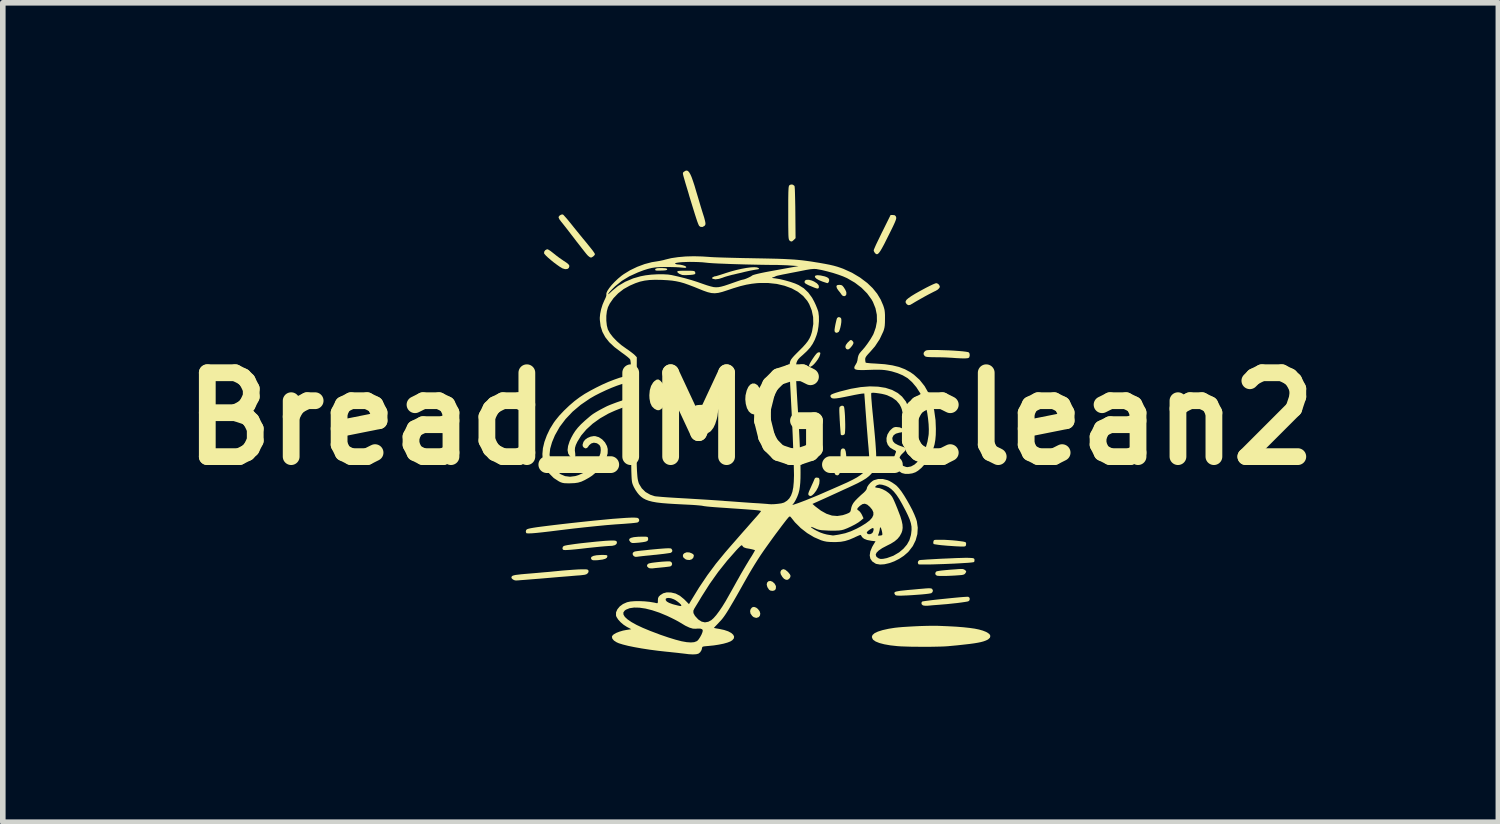
<source format=kicad_pcb>
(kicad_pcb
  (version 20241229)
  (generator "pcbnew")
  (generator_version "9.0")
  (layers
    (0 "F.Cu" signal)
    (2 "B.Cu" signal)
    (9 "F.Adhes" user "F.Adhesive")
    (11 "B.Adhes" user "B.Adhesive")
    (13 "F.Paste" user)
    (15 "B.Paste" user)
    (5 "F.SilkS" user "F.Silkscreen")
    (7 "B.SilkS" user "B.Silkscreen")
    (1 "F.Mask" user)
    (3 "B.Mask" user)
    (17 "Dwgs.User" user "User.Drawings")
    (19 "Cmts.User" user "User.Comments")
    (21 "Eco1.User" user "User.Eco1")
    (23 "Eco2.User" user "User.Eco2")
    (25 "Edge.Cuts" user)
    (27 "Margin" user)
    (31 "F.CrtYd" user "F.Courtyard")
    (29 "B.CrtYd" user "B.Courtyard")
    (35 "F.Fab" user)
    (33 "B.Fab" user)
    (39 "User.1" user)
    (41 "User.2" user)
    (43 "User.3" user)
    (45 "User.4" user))
  (footprint "Bread_IMG_clean2"
    (layer "F.Cu")
    (at 10.371 4.437)
    (property "Reference" "Bread_IMG_clean2" (at 0 0 0) (layer "F.SilkS") (effects (font (size 1.5 1.5) (thickness 0.3))))
    (attr board_only exclude_from_pos_files exclude_from_bom)
    (fp_poly (pts (xy 1.568 0.859) (xy 1.59 0.877) (xy 1.601 0.908) (xy 1.601 0.944) (xy 1.592 0.979) (xy 1.574 1.005) (xy 1.551 1.014) (xy 1.523 1.005) (xy 1.509 0.99) (xy 1.497 0.951) (xy 1.5 0.912) (xy 1.514 0.88) (xy 1.538 0.86) (xy 1.567 0.858)) (stroke (width 0) (type solid)) (fill yes) (layer "F.SilkS"))
    (fp_poly (pts (xy -1.096 2.391) (xy -1.057 2.405) (xy -1.026 2.422) (xy -1.014 2.445) (xy -1.014 2.452) (xy -1.025 2.489) (xy -1.053 2.515) (xy -1.092 2.527) (xy -1.137 2.523) (xy -1.162 2.514) (xy -1.197 2.487) (xy -1.211 2.456) (xy -1.204 2.425) (xy -1.185 2.406) (xy -1.144 2.389)) (stroke (width 0) (type solid)) (fill yes) (layer "F.SilkS"))
    (fp_poly (pts (xy 0.1 3.378) (xy 0.131 3.402) (xy 0.162 3.443) (xy 0.174 3.484) (xy 0.168 3.521) (xy 0.146 3.548) (xy 0.108 3.561) (xy 0.097 3.561) (xy 0.056 3.549) (xy 0.03 3.528) (xy -0.001 3.484) (xy -0.008 3.44) (xy 0.002 3.405) (xy 0.027 3.374) (xy 0.061 3.365)) (stroke (width 0) (type solid)) (fill yes) (layer "F.SilkS"))
    (fp_poly (pts (xy 0.394 2.916) (xy 0.431 2.95) (xy 0.431 2.95) (xy 0.454 2.993) (xy 0.453 3.034) (xy 0.445 3.055) (xy 0.423 3.073) (xy 0.389 3.079) (xy 0.354 3.073) (xy 0.331 3.058) (xy 0.301 3.012) (xy 0.289 2.968) (xy 0.295 2.932) (xy 0.321 2.906) (xy 0.356 2.901)) (stroke (width 0) (type solid)) (fill yes) (layer "F.SilkS"))
    (fp_poly (pts (xy 0.621 2.701) (xy 0.663 2.735) (xy 0.678 2.751) (xy 0.705 2.785) (xy 0.715 2.81) (xy 0.71 2.834) (xy 0.698 2.854) (xy 0.669 2.879) (xy 0.634 2.881) (xy 0.598 2.862) (xy 0.569 2.83) (xy 0.54 2.781) (xy 0.533 2.742) (xy 0.548 2.711) (xy 0.555 2.704) (xy 0.585 2.69)) (stroke (width 0) (type solid)) (fill yes) (layer "F.SilkS"))
    (fp_poly (pts (xy -1.57 -2.693) (xy -1.525 -2.69) (xy -1.499 -2.684) (xy -1.49 -2.674) (xy -1.49 -2.671) (xy -1.495 -2.662) (xy -1.512 -2.655) (xy -1.546 -2.651) (xy -1.598 -2.649) (xy -1.651 -2.648) (xy -1.684 -2.649) (xy -1.701 -2.654) (xy -1.706 -2.662) (xy -1.707 -2.664) (xy -1.698 -2.681) (xy -1.67 -2.691) (xy -1.621 -2.694)) (stroke (width 0) (type solid)) (fill yes) (layer "F.SilkS"))
    (fp_poly (pts (xy 1.805 -1.405) (xy 1.822 -1.391) (xy 1.823 -1.39) (xy 1.839 -1.368) (xy 1.839 -1.345) (xy 1.822 -1.313) (xy 1.812 -1.299) (xy 1.777 -1.258) (xy 1.748 -1.239) (xy 1.724 -1.241) (xy 1.709 -1.251) (xy 1.695 -1.281) (xy 1.704 -1.318) (xy 1.735 -1.36) (xy 1.74 -1.364) (xy 1.77 -1.394) (xy 1.79 -1.407)) (stroke (width 0) (type solid)) (fill yes) (layer "F.SilkS"))
    (fp_poly (pts (xy 1.044 -2.484) (xy 1.095 -2.471) (xy 1.136 -2.453) (xy 1.186 -2.421) (xy 1.216 -2.388) (xy 1.223 -2.354) (xy 1.22 -2.344) (xy 1.212 -2.331) (xy 1.198 -2.327) (xy 1.174 -2.332) (xy 1.134 -2.346) (xy 1.101 -2.36) (xy 1.041 -2.385) (xy 1.002 -2.405) (xy 0.978 -2.42) (xy 0.967 -2.435) (xy 0.965 -2.448) (xy 0.975 -2.472) (xy 1.002 -2.484)) (stroke (width 0) (type solid)) (fill yes) (layer "F.SilkS"))
    (fp_poly (pts (xy 1.255 -2.561) (xy 1.267 -2.558) (xy 1.329 -2.544) (xy 1.37 -2.528) (xy 1.395 -2.51) (xy 1.405 -2.49) (xy 1.405 -2.462) (xy 1.394 -2.437) (xy 1.377 -2.424) (xy 1.374 -2.424) (xy 1.359 -2.428) (xy 1.328 -2.438) (xy 1.286 -2.452) (xy 1.283 -2.453) (xy 1.222 -2.478) (xy 1.179 -2.503) (xy 1.155 -2.527) (xy 1.15 -2.547) (xy 1.165 -2.561) (xy 1.2 -2.566)) (stroke (width 0) (type solid)) (fill yes) (layer "F.SilkS"))
    (fp_poly (pts (xy -2.607 2.437) (xy -2.579 2.439) (xy -2.564 2.445) (xy -2.56 2.455) (xy -2.56 2.461) (xy -2.569 2.486) (xy -2.597 2.505) (xy -2.647 2.519) (xy -2.719 2.528) (xy -2.721 2.529) (xy -2.775 2.532) (xy -2.81 2.532) (xy -2.83 2.527) (xy -2.843 2.518) (xy -2.843 2.518) (xy -2.855 2.492) (xy -2.843 2.47) (xy -2.809 2.453) (xy -2.755 2.442) (xy -2.681 2.437) (xy -2.656 2.436)) (stroke (width 0) (type solid)) (fill yes) (layer "F.SilkS"))
    (fp_poly (pts (xy 1.242 -1.185) (xy 1.248 -1.172) (xy 1.244 -1.149) (xy 1.23 -1.109) (xy 1.204 -1.063) (xy 1.171 -1.017) (xy 1.135 -0.975) (xy 1.1 -0.944) (xy 1.071 -0.928) (xy 1.064 -0.927) (xy 1.048 -0.937) (xy 1.044 -0.945) (xy 1.048 -0.961) (xy 1.063 -0.993) (xy 1.088 -1.035) (xy 1.113 -1.074) (xy 1.149 -1.126) (xy 1.175 -1.159) (xy 1.195 -1.178) (xy 1.212 -1.186) (xy 1.221 -1.187)) (stroke (width 0) (type solid)) (fill yes) (layer "F.SilkS"))
    (fp_poly (pts (xy 1.601 -1.812) (xy 1.619 -1.795) (xy 1.624 -1.768) (xy 1.623 -1.726) (xy 1.616 -1.677) (xy 1.605 -1.627) (xy 1.592 -1.584) (xy 1.579 -1.556) (xy 1.574 -1.551) (xy 1.543 -1.535) (xy 1.519 -1.542) (xy 1.509 -1.551) (xy 1.503 -1.566) (xy 1.502 -1.592) (xy 1.508 -1.633) (xy 1.516 -1.678) (xy 1.527 -1.728) (xy 1.537 -1.77) (xy 1.546 -1.797) (xy 1.549 -1.802) (xy 1.573 -1.817)) (stroke (width 0) (type solid)) (fill yes) (layer "F.SilkS"))
    (fp_poly (pts (xy 1.621 -2.39) (xy 1.643 -2.378) (xy 1.665 -2.352) (xy 1.671 -2.343) (xy 1.694 -2.306) (xy 1.71 -2.27) (xy 1.713 -2.259) (xy 1.713 -2.222) (xy 1.697 -2.198) (xy 1.672 -2.19) (xy 1.643 -2.201) (xy 1.624 -2.223) (xy 1.602 -2.255) (xy 1.573 -2.291) (xy 1.567 -2.298) (xy 1.545 -2.332) (xy 1.536 -2.362) (xy 1.536 -2.366) (xy 1.543 -2.384) (xy 1.561 -2.391) (xy 1.588 -2.393)) (stroke (width 0) (type solid)) (fill yes) (layer "F.SilkS"))
    (fp_poly (pts (xy -1.092 -2.646) (xy -1.048 -2.645) (xy -1.02 -2.642) (xy -1.004 -2.637) (xy -0.995 -2.629) (xy -0.99 -2.619) (xy -0.987 -2.595) (xy -1 -2.583) (xy -1.03 -2.576) (xy -1.075 -2.571) (xy -1.127 -2.568) (xy -1.175 -2.567) (xy -1.213 -2.569) (xy -1.225 -2.571) (xy -1.274 -2.591) (xy -1.303 -2.612) (xy -1.311 -2.628) (xy -1.307 -2.636) (xy -1.293 -2.641) (xy -1.264 -2.644) (xy -1.219 -2.646) (xy -1.156 -2.646)) (stroke (width 0) (type solid)) (fill yes) (layer "F.SilkS"))
    (fp_poly (pts (xy -1.872 2.11) (xy -1.849 2.113) (xy -1.838 2.12) (xy -1.834 2.13) (xy -1.832 2.137) (xy -1.831 2.16) (xy -1.837 2.177) (xy -1.853 2.19) (xy -1.882 2.2) (xy -1.928 2.208) (xy -1.993 2.216) (xy -2.043 2.22) (xy -2.088 2.223) (xy -2.117 2.222) (xy -2.137 2.214) (xy -2.152 2.201) (xy -2.171 2.172) (xy -2.167 2.149) (xy -2.139 2.131) (xy -2.087 2.118) (xy -2.011 2.111) (xy -1.968 2.11) (xy -1.91 2.11)) (stroke (width 0) (type solid)) (fill yes) (layer "F.SilkS"))
    (fp_poly (pts (xy 1.192 1.054) (xy 1.217 1.058) (xy 1.228 1.071) (xy 1.233 1.098) (xy 1.234 1.109) (xy 1.229 1.163) (xy 1.208 1.225) (xy 1.175 1.286) (xy 1.133 1.341) (xy 1.132 1.342) (xy 1.097 1.374) (xy 1.069 1.384) (xy 1.045 1.373) (xy 1.038 1.366) (xy 1.033 1.353) (xy 1.034 1.334) (xy 1.044 1.304) (xy 1.064 1.258) (xy 1.073 1.239) (xy 1.096 1.187) (xy 1.118 1.139) (xy 1.134 1.102) (xy 1.138 1.091) (xy 1.152 1.063) (xy 1.17 1.053)) (stroke (width 0) (type solid)) (fill yes) (layer "F.SilkS"))
    (fp_poly (pts (xy -1.442 2.552) (xy -1.432 2.554) (xy -1.408 2.574) (xy -1.402 2.601) (xy -1.413 2.627) (xy -1.431 2.64) (xy -1.451 2.644) (xy -1.49 2.649) (xy -1.541 2.655) (xy -1.582 2.659) (xy -1.641 2.665) (xy -1.696 2.67) (xy -1.739 2.675) (xy -1.757 2.677) (xy -1.804 2.675) (xy -1.828 2.664) (xy -1.851 2.639) (xy -1.85 2.614) (xy -1.827 2.592) (xy -1.805 2.585) (xy -1.764 2.577) (xy -1.71 2.57) (xy -1.648 2.563) (xy -1.585 2.557) (xy -1.525 2.553) (xy -1.476 2.551)) (stroke (width 0) (type solid)) (fill yes) (layer "F.SilkS"))
    (fp_poly (pts (xy 0.077 -0.628) (xy 0.119 -0.604) (xy 0.128 -0.595) (xy 0.162 -0.544) (xy 0.185 -0.477) (xy 0.196 -0.401) (xy 0.197 -0.32) (xy 0.186 -0.243) (xy 0.165 -0.173) (xy 0.132 -0.119) (xy 0.124 -0.109) (xy 0.088 -0.082) (xy 0.054 -0.077) (xy 0.012 -0.092) (xy 0.01 -0.093) (xy -0.031 -0.13) (xy -0.064 -0.188) (xy -0.086 -0.267) (xy -0.086 -0.271) (xy -0.094 -0.345) (xy -0.09 -0.417) (xy -0.071 -0.496) (xy -0.067 -0.509) (xy -0.04 -0.569) (xy -0.005 -0.61) (xy 0.035 -0.63)) (stroke (width 0) (type solid)) (fill yes) (layer "F.SilkS"))
    (fp_poly (pts (xy 1.677 0.537) (xy 1.691 0.555) (xy 1.702 0.588) (xy 1.709 0.64) (xy 1.715 0.714) (xy 1.715 0.714) (xy 1.717 0.78) (xy 1.717 0.827) (xy 1.712 0.862) (xy 1.704 0.89) (xy 1.703 0.893) (xy 1.682 0.927) (xy 1.661 0.939) (xy 1.64 0.927) (xy 1.633 0.917) (xy 1.628 0.896) (xy 1.623 0.857) (xy 1.617 0.803) (xy 1.613 0.741) (xy 1.613 0.732) (xy 1.609 0.656) (xy 1.61 0.602) (xy 1.614 0.566) (xy 1.624 0.545) (xy 1.639 0.534) (xy 1.658 0.532)) (stroke (width 0) (type solid)) (fill yes) (layer "F.SilkS"))
    (fp_poly (pts (xy -1.616 -0.682) (xy -1.605 -0.671) (xy -1.572 -0.632) (xy -1.55 -0.594) (xy -1.537 -0.551) (xy -1.53 -0.496) (xy -1.527 -0.423) (xy -1.527 -0.414) (xy -1.53 -0.334) (xy -1.538 -0.274) (xy -1.552 -0.228) (xy -1.576 -0.193) (xy -1.6 -0.17) (xy -1.635 -0.152) (xy -1.672 -0.153) (xy -1.716 -0.176) (xy -1.721 -0.179) (xy -1.764 -0.221) (xy -1.792 -0.28) (xy -1.807 -0.358) (xy -1.81 -0.419) (xy -1.802 -0.508) (xy -1.779 -0.586) (xy -1.742 -0.648) (xy -1.716 -0.674) (xy -1.679 -0.699) (xy -1.648 -0.702)) (stroke (width 0) (type solid)) (fill yes) (layer "F.SilkS"))
    (fp_poly (pts (xy 3.792 2.688) (xy 3.814 2.694) (xy 3.833 2.705) (xy 3.834 2.706) (xy 3.854 2.724) (xy 3.855 2.74) (xy 3.843 2.761) (xy 3.829 2.778) (xy 3.81 2.788) (xy 3.779 2.795) (xy 3.732 2.799) (xy 3.647 2.805) (xy 3.564 2.809) (xy 3.487 2.812) (xy 3.42 2.812) (xy 3.369 2.811) (xy 3.336 2.808) (xy 3.33 2.806) (xy 3.307 2.787) (xy 3.303 2.76) (xy 3.319 2.734) (xy 3.334 2.728) (xy 3.365 2.722) (xy 3.415 2.715) (xy 3.484 2.708) (xy 3.574 2.7) (xy 3.687 2.692) (xy 3.705 2.69) (xy 3.757 2.687)) (stroke (width 0) (type solid)) (fill yes) (layer "F.SilkS"))
    (fp_poly (pts (xy -3.613 -3.022) (xy -3.581 -3.002) (xy -3.542 -2.972) (xy -3.527 -2.96) (xy -3.476 -2.919) (xy -3.416 -2.874) (xy -3.356 -2.833) (xy -3.342 -2.823) (xy -3.293 -2.791) (xy -3.262 -2.766) (xy -3.245 -2.747) (xy -3.24 -2.73) (xy -3.24 -2.727) (xy -3.25 -2.695) (xy -3.276 -2.677) (xy -3.315 -2.674) (xy -3.36 -2.687) (xy -3.37 -2.692) (xy -3.413 -2.718) (xy -3.464 -2.754) (xy -3.519 -2.795) (xy -3.572 -2.838) (xy -3.62 -2.879) (xy -3.659 -2.916) (xy -3.685 -2.945) (xy -3.692 -2.958) (xy -3.69 -2.986) (xy -3.671 -3.013) (xy -3.643 -3.028) (xy -3.633 -3.03)) (stroke (width 0) (type solid)) (fill yes) (layer "F.SilkS"))
    (fp_poly (pts (xy 1.661 -0.226) (xy 1.668 -0.218) (xy 1.675 -0.198) (xy 1.68 -0.159) (xy 1.685 -0.105) (xy 1.689 -0.042) (xy 1.691 0.027) (xy 1.693 0.096) (xy 1.693 0.161) (xy 1.691 0.215) (xy 1.688 0.256) (xy 1.683 0.277) (xy 1.682 0.278) (xy 1.659 0.293) (xy 1.633 0.296) (xy 1.615 0.287) (xy 1.612 0.272) (xy 1.609 0.236) (xy 1.605 0.183) (xy 1.6 0.118) (xy 1.596 0.044) (xy 1.595 0.036) (xy 1.591 -0.047) (xy 1.588 -0.108) (xy 1.587 -0.152) (xy 1.588 -0.182) (xy 1.59 -0.201) (xy 1.595 -0.212) (xy 1.603 -0.219) (xy 1.603 -0.219) (xy 1.635 -0.234)) (stroke (width 0) (type solid)) (fill yes) (layer "F.SilkS"))
    (fp_poly (pts (xy 2.578 -3.638) (xy 2.595 -3.623) (xy 2.602 -3.607) (xy 2.605 -3.594) (xy 2.604 -3.578) (xy 2.598 -3.555) (xy 2.586 -3.524) (xy 2.567 -3.48) (xy 2.539 -3.421) (xy 2.501 -3.344) (xy 2.485 -3.312) (xy 2.432 -3.206) (xy 2.389 -3.12) (xy 2.353 -3.054) (xy 2.324 -3.004) (xy 2.3 -2.97) (xy 2.281 -2.95) (xy 2.264 -2.941) (xy 2.249 -2.943) (xy 2.234 -2.953) (xy 2.222 -2.966) (xy 2.206 -2.993) (xy 2.202 -3.012) (xy 2.208 -3.029) (xy 2.223 -3.065) (xy 2.246 -3.117) (xy 2.277 -3.181) (xy 2.313 -3.255) (xy 2.352 -3.336) (xy 2.354 -3.339) (xy 2.504 -3.642) (xy 2.547 -3.642)) (stroke (width 0) (type solid)) (fill yes) (layer "F.SilkS"))
    (fp_poly (pts (xy 3.404 2.165) (xy 3.47 2.166) (xy 3.542 2.17) (xy 3.615 2.175) (xy 3.686 2.182) (xy 3.749 2.19) (xy 3.801 2.197) (xy 3.835 2.205) (xy 3.848 2.211) (xy 3.855 2.232) (xy 3.853 2.256) (xy 3.848 2.273) (xy 3.837 2.282) (xy 3.816 2.286) (xy 3.777 2.286) (xy 3.762 2.286) (xy 3.72 2.284) (xy 3.66 2.281) (xy 3.589 2.276) (xy 3.513 2.271) (xy 3.482 2.268) (xy 3.414 2.262) (xy 3.355 2.255) (xy 3.309 2.248) (xy 3.28 2.243) (xy 3.273 2.24) (xy 3.267 2.22) (xy 3.27 2.196) (xy 3.274 2.182) (xy 3.282 2.172) (xy 3.297 2.167) (xy 3.326 2.165) (xy 3.372 2.165)) (stroke (width 0) (type solid)) (fill yes) (layer "F.SilkS"))
    (fp_poly (pts (xy -1.44 2.318) (xy -1.423 2.321) (xy -1.416 2.325) (xy -1.399 2.351) (xy -1.402 2.378) (xy -1.425 2.398) (xy -1.425 2.398) (xy -1.446 2.402) (xy -1.487 2.408) (xy -1.544 2.416) (xy -1.614 2.424) (xy -1.692 2.433) (xy -1.719 2.435) (xy -1.8 2.444) (xy -1.876 2.451) (xy -1.941 2.458) (xy -1.991 2.464) (xy -2.023 2.468) (xy -2.028 2.469) (xy -2.064 2.47) (xy -2.089 2.456) (xy -2.095 2.45) (xy -2.11 2.42) (xy -2.102 2.394) (xy -2.075 2.376) (xy -2.055 2.372) (xy -2.014 2.366) (xy -1.956 2.359) (xy -1.885 2.352) (xy -1.804 2.343) (xy -1.741 2.337) (xy -1.643 2.328) (xy -1.566 2.322) (xy -1.509 2.318) (xy -1.468 2.317)) (stroke (width 0) (type solid)) (fill yes) (layer "F.SilkS"))
    (fp_poly (pts (xy 3.212 3.033) (xy 3.232 3.036) (xy 3.244 3.042) (xy 3.248 3.045) (xy 3.261 3.072) (xy 3.254 3.1) (xy 3.232 3.12) (xy 3.224 3.122) (xy 3.185 3.129) (xy 3.127 3.136) (xy 3.055 3.143) (xy 2.973 3.149) (xy 2.889 3.155) (xy 2.805 3.16) (xy 2.776 3.161) (xy 2.703 3.164) (xy 2.651 3.164) (xy 2.616 3.162) (xy 2.596 3.157) (xy 2.588 3.152) (xy 2.574 3.13) (xy 2.572 3.12) (xy 2.573 3.111) (xy 2.578 3.103) (xy 2.589 3.096) (xy 2.609 3.09) (xy 2.639 3.084) (xy 2.682 3.077) (xy 2.739 3.071) (xy 2.815 3.063) (xy 2.909 3.055) (xy 3.026 3.044) (xy 3.065 3.041) (xy 3.133 3.035) (xy 3.181 3.032)) (stroke (width 0) (type solid)) (fill yes) (layer "F.SilkS"))
    (fp_poly (pts (xy 3.352 -2.413) (xy 3.371 -2.393) (xy 3.384 -2.368) (xy 3.382 -2.349) (xy 3.372 -2.333) (xy 3.347 -2.308) (xy 3.313 -2.288) (xy 3.312 -2.287) (xy 3.284 -2.274) (xy 3.239 -2.251) (xy 3.183 -2.222) (xy 3.12 -2.188) (xy 3.056 -2.152) (xy 2.996 -2.118) (xy 2.944 -2.088) (xy 2.906 -2.065) (xy 2.895 -2.058) (xy 2.854 -2.035) (xy 2.823 -2.03) (xy 2.798 -2.043) (xy 2.79 -2.051) (xy 2.774 -2.075) (xy 2.773 -2.099) (xy 2.788 -2.125) (xy 2.822 -2.155) (xy 2.876 -2.193) (xy 2.894 -2.204) (xy 2.948 -2.237) (xy 3.01 -2.272) (xy 3.076 -2.308) (xy 3.141 -2.343) (xy 3.203 -2.374) (xy 3.255 -2.399) (xy 3.296 -2.416) (xy 3.319 -2.424) (xy 3.321 -2.424)) (stroke (width 0) (type solid)) (fill yes) (layer "F.SilkS"))
    (fp_poly (pts (xy -2.442 2.178) (xy -2.409 2.184) (xy -2.393 2.196) (xy -2.389 2.209) (xy -2.396 2.239) (xy -2.424 2.261) (xy -2.473 2.273) (xy -2.516 2.275) (xy -2.549 2.277) (xy -2.602 2.281) (xy -2.671 2.287) (xy -2.752 2.295) (xy -2.84 2.304) (xy -2.916 2.312) (xy -3.035 2.326) (xy -3.131 2.336) (xy -3.207 2.343) (xy -3.264 2.347) (xy -3.306 2.349) (xy -3.334 2.348) (xy -3.35 2.344) (xy -3.355 2.341) (xy -3.364 2.318) (xy -3.356 2.291) (xy -3.339 2.276) (xy -3.316 2.269) (xy -3.272 2.26) (xy -3.211 2.251) (xy -3.136 2.24) (xy -3.05 2.229) (xy -2.959 2.219) (xy -2.864 2.209) (xy -2.77 2.199) (xy -2.681 2.191) (xy -2.6 2.184) (xy -2.531 2.18) (xy -2.477 2.178)) (stroke (width 0) (type solid)) (fill yes) (layer "F.SilkS"))
    (fp_poly (pts (xy 0.115 -2.705) (xy 0.143 -2.694) (xy 0.144 -2.693) (xy 0.152 -2.682) (xy 0.147 -2.675) (xy 0.124 -2.67) (xy 0.097 -2.666) (xy 0.056 -2.659) (xy 0.000243 -2.649) (xy -0.062 -2.635) (xy -0.099 -2.627) (xy -0.166 -2.61) (xy -0.238 -2.594) (xy -0.303 -2.578) (xy -0.328 -2.573) (xy -0.384 -2.558) (xy -0.441 -2.542) (xy -0.486 -2.527) (xy -0.488 -2.525) (xy -0.567 -2.5) (xy -0.628 -2.492) (xy -0.668 -2.5) (xy -0.689 -2.51) (xy -0.689 -2.518) (xy -0.675 -2.53) (xy -0.647 -2.544) (xy -0.63 -2.547) (xy -0.611 -2.551) (xy -0.574 -2.562) (xy -0.523 -2.578) (xy -0.464 -2.597) (xy -0.447 -2.603) (xy -0.351 -2.633) (xy -0.254 -2.659) (xy -0.161 -2.68) (xy -0.074 -2.696) (xy 0.003 -2.706) (xy 0.067 -2.709)) (stroke (width 0) (type solid)) (fill yes) (layer "F.SilkS"))
    (fp_poly (pts (xy 0.756 -4.185) (xy 0.783 -4.165) (xy 0.787 -4.158) (xy 0.789 -4.141) (xy 0.792 -4.102) (xy 0.794 -4.045) (xy 0.796 -3.971) (xy 0.798 -3.884) (xy 0.8 -3.787) (xy 0.801 -3.683) (xy 0.801 -3.682) (xy 0.805 -3.228) (xy 0.774 -3.197) (xy 0.746 -3.173) (xy 0.724 -3.168) (xy 0.701 -3.182) (xy 0.696 -3.187) (xy 0.69 -3.195) (xy 0.686 -3.205) (xy 0.682 -3.222) (xy 0.679 -3.248) (xy 0.677 -3.284) (xy 0.676 -3.334) (xy 0.675 -3.4) (xy 0.674 -3.483) (xy 0.674 -3.587) (xy 0.674 -3.682) (xy 0.674 -3.803) (xy 0.674 -3.903) (xy 0.675 -3.982) (xy 0.676 -4.044) (xy 0.678 -4.09) (xy 0.68 -4.124) (xy 0.683 -4.147) (xy 0.687 -4.162) (xy 0.692 -4.171) (xy 0.695 -4.175) (xy 0.723 -4.188)) (stroke (width 0) (type solid)) (fill yes) (layer "F.SilkS"))
    (fp_poly (pts (xy 3.316 -1.228) (xy 3.356 -1.228) (xy 3.452 -1.225) (xy 3.547 -1.222) (xy 3.638 -1.217) (xy 3.721 -1.211) (xy 3.792 -1.205) (xy 3.849 -1.198) (xy 3.888 -1.191) (xy 3.905 -1.184) (xy 3.917 -1.161) (xy 3.919 -1.128) (xy 3.911 -1.098) (xy 3.905 -1.091) (xy 3.882 -1.082) (xy 3.836 -1.078) (xy 3.765 -1.079) (xy 3.67 -1.084) (xy 3.605 -1.089) (xy 3.549 -1.092) (xy 3.478 -1.096) (xy 3.399 -1.098) (xy 3.322 -1.099) (xy 3.313 -1.099) (xy 3.241 -1.1) (xy 3.19 -1.102) (xy 3.155 -1.105) (xy 3.133 -1.11) (xy 3.119 -1.117) (xy 3.112 -1.123) (xy 3.093 -1.155) (xy 3.099 -1.185) (xy 3.118 -1.207) (xy 3.129 -1.215) (xy 3.144 -1.222) (xy 3.166 -1.226) (xy 3.2 -1.228) (xy 3.249 -1.228)) (stroke (width 0) (type solid)) (fill yes) (layer "F.SilkS"))
    (fp_poly (pts (xy 3.892 3.184) (xy 3.914 3.2) (xy 3.92 3.225) (xy 3.912 3.251) (xy 3.898 3.263) (xy 3.876 3.27) (xy 3.833 3.277) (xy 3.772 3.286) (xy 3.696 3.296) (xy 3.61 3.305) (xy 3.517 3.315) (xy 3.42 3.323) (xy 3.388 3.326) (xy 3.321 3.331) (xy 3.257 3.336) (xy 3.204 3.341) (xy 3.168 3.344) (xy 3.166 3.344) (xy 3.125 3.345) (xy 3.09 3.34) (xy 3.082 3.338) (xy 3.061 3.32) (xy 3.055 3.295) (xy 3.065 3.273) (xy 3.069 3.27) (xy 3.085 3.266) (xy 3.123 3.26) (xy 3.178 3.253) (xy 3.246 3.244) (xy 3.325 3.235) (xy 3.41 3.226) (xy 3.499 3.217) (xy 3.586 3.208) (xy 3.669 3.2) (xy 3.744 3.193) (xy 3.808 3.188) (xy 3.856 3.185) (xy 3.886 3.184)) (stroke (width 0) (type solid)) (fill yes) (layer "F.SilkS"))
    (fp_poly (pts (xy 3.889 2.488) (xy 3.942 2.49) (xy 3.975 2.493) (xy 3.993 2.499) (xy 4.001 2.508) (xy 4.005 2.521) (xy 4.003 2.549) (xy 3.996 2.563) (xy 3.98 2.567) (xy 3.943 2.572) (xy 3.888 2.577) (xy 3.818 2.581) (xy 3.736 2.586) (xy 3.646 2.591) (xy 3.551 2.595) (xy 3.455 2.599) (xy 3.359 2.602) (xy 3.269 2.605) (xy 3.187 2.607) (xy 3.115 2.607) (xy 3.059 2.607) (xy 3.02 2.606) (xy 3.002 2.603) (xy 3.002 2.603) (xy 2.991 2.577) (xy 2.997 2.55) (xy 3.015 2.531) (xy 3.02 2.53) (xy 3.046 2.526) (xy 3.092 2.523) (xy 3.155 2.518) (xy 3.231 2.514) (xy 3.318 2.509) (xy 3.41 2.504) (xy 3.504 2.5) (xy 3.596 2.496) (xy 3.683 2.492) (xy 3.76 2.49) (xy 3.824 2.488) (xy 3.872 2.487)) (stroke (width 0) (type solid)) (fill yes) (layer "F.SilkS"))
    (fp_poly (pts (xy -3.355 -3.651) (xy -3.342 -3.64) (xy -3.318 -3.613) (xy -3.283 -3.574) (xy -3.243 -3.525) (xy -3.219 -3.496) (xy -3.165 -3.428) (xy -3.104 -3.353) (xy -3.044 -3.279) (xy -2.991 -3.214) (xy -2.986 -3.209) (xy -2.916 -3.123) (xy -2.861 -3.055) (xy -2.821 -3.004) (xy -2.796 -2.968) (xy -2.784 -2.947) (xy -2.782 -2.942) (xy -2.792 -2.922) (xy -2.815 -2.9) (xy -2.842 -2.884) (xy -2.855 -2.881) (xy -2.877 -2.89) (xy -2.905 -2.912) (xy -2.92 -2.928) (xy -2.94 -2.951) (xy -2.971 -2.99) (xy -3.012 -3.042) (xy -3.06 -3.104) (xy -3.113 -3.171) (xy -3.146 -3.215) (xy -3.201 -3.286) (xy -3.254 -3.355) (xy -3.302 -3.417) (xy -3.343 -3.469) (xy -3.373 -3.507) (xy -3.385 -3.521) (xy -3.418 -3.565) (xy -3.432 -3.596) (xy -3.432 -3.609) (xy -3.415 -3.632) (xy -3.386 -3.649) (xy -3.358 -3.652)) (stroke (width 0) (type solid)) (fill yes) (layer "F.SilkS"))
    (fp_poly (pts (xy -1.119 -4.429) (xy -1.099 -4.408) (xy -1.078 -4.373) (xy -1.055 -4.322) (xy -1.03 -4.252) (xy -1 -4.161) (xy -0.971 -4.062) (xy -0.945 -3.976) (xy -0.918 -3.885) (xy -0.892 -3.797) (xy -0.868 -3.719) (xy -0.853 -3.671) (xy -0.83 -3.599) (xy -0.816 -3.546) (xy -0.808 -3.508) (xy -0.806 -3.482) (xy -0.811 -3.464) (xy -0.822 -3.45) (xy -0.826 -3.446) (xy -0.861 -3.428) (xy -0.897 -3.431) (xy -0.918 -3.447) (xy -0.926 -3.46) (xy -0.937 -3.486) (xy -0.952 -3.525) (xy -0.97 -3.579) (xy -0.993 -3.65) (xy -1.021 -3.74) (xy -1.055 -3.85) (xy -1.095 -3.981) (xy -1.113 -4.044) (xy -1.143 -4.143) (xy -1.167 -4.222) (xy -1.184 -4.282) (xy -1.197 -4.327) (xy -1.205 -4.358) (xy -1.209 -4.379) (xy -1.209 -4.392) (xy -1.207 -4.4) (xy -1.202 -4.406) (xy -1.195 -4.413) (xy -1.193 -4.415) (xy -1.16 -4.435) (xy -1.138 -4.437)) (stroke (width 0) (type solid)) (fill yes) (layer "F.SilkS"))
    (fp_poly (pts (xy -2.03 1.772) (xy -2.023 1.773) (xy -1.998 1.789) (xy -1.99 1.815) (xy -1.999 1.84) (xy -2.019 1.855) (xy -2.04 1.859) (xy -2.081 1.864) (xy -2.138 1.87) (xy -2.205 1.875) (xy -2.267 1.88) (xy -2.417 1.89) (xy -2.587 1.904) (xy -2.771 1.922) (xy -2.965 1.942) (xy -3.164 1.964) (xy -3.363 1.988) (xy -3.438 1.997) (xy -3.59 2.016) (xy -3.719 2.031) (xy -3.823 2.042) (xy -3.905 2.049) (xy -3.963 2.051) (xy -3.998 2.05) (xy -4.01 2.046) (xy -4.019 2.021) (xy -4.013 1.993) (xy -4.003 1.981) (xy -3.99 1.974) (xy -3.965 1.966) (xy -3.928 1.958) (xy -3.877 1.949) (xy -3.811 1.939) (xy -3.727 1.928) (xy -3.624 1.915) (xy -3.501 1.9) (xy -3.356 1.883) (xy -3.224 1.868) (xy -3.004 1.844) (xy -2.805 1.823) (xy -2.627 1.806) (xy -2.47 1.791) (xy -2.336 1.781) (xy -2.225 1.773) (xy -2.136 1.769) (xy -2.071 1.769)) (stroke (width 0) (type solid)) (fill yes) (layer "F.SilkS"))
    (fp_poly (pts (xy -2.953 2.693) (xy -2.922 2.696) (xy -2.915 2.698) (xy -2.896 2.718) (xy -2.899 2.745) (xy -2.917 2.769) (xy -2.936 2.782) (xy -2.967 2.791) (xy -3.015 2.797) (xy -3.05 2.801) (xy -3.095 2.804) (xy -3.159 2.809) (xy -3.237 2.816) (xy -3.324 2.823) (xy -3.414 2.83) (xy -3.45 2.833) (xy -3.624 2.848) (xy -3.776 2.861) (xy -3.905 2.871) (xy -4.012 2.88) (xy -4.095 2.886) (xy -4.155 2.891) (xy -4.191 2.893) (xy -4.2 2.893) (xy -4.229 2.886) (xy -4.256 2.87) (xy -4.275 2.849) (xy -4.275 2.831) (xy -4.271 2.823) (xy -4.264 2.815) (xy -4.252 2.807) (xy -4.232 2.801) (xy -4.202 2.794) (xy -4.159 2.789) (xy -4.101 2.782) (xy -4.023 2.775) (xy -3.925 2.767) (xy -3.889 2.764) (xy -3.798 2.756) (xy -3.699 2.747) (xy -3.601 2.739) (xy -3.513 2.73) (xy -3.469 2.726) (xy -3.358 2.715) (xy -3.254 2.707) (xy -3.158 2.7) (xy -3.074 2.695) (xy -3.005 2.693)) (stroke (width 0) (type solid)) (fill yes) (layer "F.SilkS"))
    (fp_poly (pts (xy -0.727 -0.247) (xy -0.678 -0.246) (xy -0.645 -0.244) (xy -0.624 -0.239) (xy -0.612 -0.233) (xy -0.602 -0.223) (xy -0.6 -0.22) (xy -0.586 -0.179) (xy -0.583 -0.121) (xy -0.592 -0.046) (xy -0.604 0.006) (xy -0.632 0.095) (xy -0.665 0.164) (xy -0.706 0.217) (xy -0.723 0.233) (xy -0.775 0.264) (xy -0.829 0.272) (xy -0.883 0.256) (xy -0.895 0.249) (xy -0.935 0.214) (xy -0.966 0.165) (xy -0.983 0.12) (xy -0.89 0.12) (xy -0.88 0.156) (xy -0.855 0.179) (xy -0.82 0.188) (xy -0.782 0.182) (xy -0.748 0.159) (xy -0.743 0.153) (xy -0.718 0.113) (xy -0.708 0.077) (xy -0.714 0.052) (xy -0.719 0.048) (xy -0.75 0.039) (xy -0.789 0.043) (xy -0.83 0.058) (xy -0.865 0.08) (xy -0.887 0.106) (xy -0.89 0.12) (xy -0.983 0.12) (xy -0.991 0.098) (xy -0.996 0.08) (xy -1.006 0.029) (xy -1.012 -0.031) (xy -1.013 -0.093) (xy -1.01 -0.15) (xy -1.003 -0.196) (xy -0.992 -0.225) (xy -0.991 -0.227) (xy -0.981 -0.235) (xy -0.963 -0.241) (xy -0.934 -0.245) (xy -0.89 -0.247) (xy -0.827 -0.247) (xy -0.797 -0.247)) (stroke (width 0) (type solid)) (fill yes) (layer "F.SilkS"))
    (fp_poly (pts (xy 3.357 3.704) (xy 3.528 3.711) (xy 3.677 3.719) (xy 3.804 3.729) (xy 3.914 3.741) (xy 4.007 3.754) (xy 4.085 3.77) (xy 4.152 3.789) (xy 4.208 3.811) (xy 4.23 3.822) (xy 4.271 3.851) (xy 4.288 3.883) (xy 4.281 3.915) (xy 4.25 3.945) (xy 4.231 3.956) (xy 4.199 3.97) (xy 4.162 3.983) (xy 4.117 3.995) (xy 4.063 4.006) (xy 3.997 4.017) (xy 3.916 4.028) (xy 3.818 4.039) (xy 3.701 4.052) (xy 3.562 4.065) (xy 3.531 4.068) (xy 3.471 4.072) (xy 3.392 4.075) (xy 3.298 4.077) (xy 3.193 4.079) (xy 3.083 4.079) (xy 2.973 4.078) (xy 2.867 4.077) (xy 2.771 4.074) (xy 2.688 4.071) (xy 2.628 4.067) (xy 2.5 4.053) (xy 2.392 4.034) (xy 2.304 4.011) (xy 2.237 3.984) (xy 2.194 3.954) (xy 2.183 3.94) (xy 2.169 3.903) (xy 2.181 3.868) (xy 2.217 3.836) (xy 2.277 3.807) (xy 2.362 3.78) (xy 2.471 3.756) (xy 2.578 3.739) (xy 2.641 3.732) (xy 2.723 3.725) (xy 2.818 3.719) (xy 2.922 3.713) (xy 3.029 3.708) (xy 3.133 3.705) (xy 3.23 3.703) (xy 3.312 3.703)) (stroke (width 0) (type solid)) (fill yes) (layer "F.SilkS"))
    (fp_poly (pts (xy -0.866 -2.901) (xy -0.742 -2.893) (xy -0.704 -2.89) (xy -0.645 -2.887) (xy -0.566 -2.884) (xy -0.472 -2.881) (xy -0.364 -2.878) (xy -0.246 -2.875) (xy -0.121 -2.872) (xy 0.008 -2.87) (xy 0.043 -2.869) (xy 0.21 -2.866) (xy 0.354 -2.863) (xy 0.48 -2.86) (xy 0.59 -2.856) (xy 0.687 -2.851) (xy 0.775 -2.846) (xy 0.856 -2.839) (xy 0.933 -2.831) (xy 1.009 -2.821) (xy 1.088 -2.81) (xy 1.172 -2.796) (xy 1.224 -2.788) (xy 1.331 -2.769) (xy 1.418 -2.752) (xy 1.49 -2.735) (xy 1.554 -2.717) (xy 1.613 -2.697) (xy 1.657 -2.681) (xy 1.814 -2.61) (xy 1.958 -2.524) (xy 2.088 -2.426) (xy 2.183 -2.335) (xy 2.264 -2.235) (xy 2.327 -2.13) (xy 2.372 -2.026) (xy 2.386 -1.983) (xy 2.396 -1.945) (xy 2.401 -1.904) (xy 2.404 -1.854) (xy 2.404 -1.787) (xy 2.403 -1.718) (xy 2.4 -1.667) (xy 2.394 -1.627) (xy 2.384 -1.589) (xy 2.373 -1.558) (xy 2.309 -1.422) (xy 2.225 -1.294) (xy 2.141 -1.197) (xy 2.1 -1.153) (xy 2.073 -1.121) (xy 2.058 -1.097) (xy 2.051 -1.077) (xy 2.05 -1.057) (xy 2.053 -1.025) (xy 2.058 -1.004) (xy 2.058 -1.003) (xy 2.072 -0.999) (xy 2.106 -0.995) (xy 2.156 -0.99) (xy 2.217 -0.987) (xy 2.247 -0.985) (xy 2.402 -0.974) (xy 2.536 -0.954) (xy 2.655 -0.925) (xy 2.761 -0.884) (xy 2.857 -0.832) (xy 2.92 -0.788) (xy 3.023 -0.695) (xy 3.112 -0.583) (xy 3.186 -0.453) (xy 3.243 -0.307) (xy 3.284 -0.147) (xy 3.308 0.027) (xy 3.314 0.182) (xy 3.312 0.29) (xy 3.304 0.381) (xy 3.29 0.461) (xy 3.267 0.537) (xy 3.235 0.617) (xy 3.213 0.663) (xy 3.169 0.74) (xy 3.115 0.814) (xy 3.056 0.879) (xy 2.995 0.93) (xy 2.949 0.958) (xy 2.891 0.978) (xy 2.826 0.987) (xy 2.762 0.986) (xy 2.71 0.973) (xy 2.704 0.971) (xy 2.652 0.936) (xy 2.605 0.887) (xy 2.57 0.833) (xy 2.559 0.805) (xy 2.551 0.772) (xy 2.552 0.743) (xy 2.561 0.706) (xy 2.568 0.684) (xy 2.583 0.642) (xy 2.595 0.609) (xy 2.601 0.594) (xy 2.599 0.579) (xy 2.579 0.564) (xy 2.553 0.552) (xy 2.494 0.516) (xy 2.454 0.467) (xy 2.433 0.409) (xy 2.431 0.346) (xy 2.448 0.282) (xy 2.486 0.22) (xy 2.504 0.201) (xy 2.537 0.171) (xy 2.563 0.155) (xy 2.591 0.149) (xy 2.611 0.149) (xy 2.668 0.155) (xy 2.707 0.172) (xy 2.725 0.199) (xy 2.727 0.21) (xy 2.724 0.228) (xy 2.713 0.239) (xy 2.687 0.246) (xy 2.659 0.25) (xy 2.599 0.267) (xy 2.558 0.296) (xy 2.537 0.337) (xy 2.535 0.359) (xy 2.546 0.402) (xy 2.58 0.44) (xy 2.637 0.471) (xy 2.676 0.486) (xy 2.733 0.506) (xy 2.766 0.525) (xy 2.777 0.546) (xy 2.768 0.57) (xy 2.739 0.601) (xy 2.729 0.61) (xy 2.691 0.648) (xy 2.67 0.681) (xy 2.663 0.706) (xy 2.666 0.761) (xy 2.689 0.808) (xy 2.729 0.844) (xy 2.781 0.863) (xy 2.807 0.866) (xy 2.87 0.854) (xy 2.932 0.82) (xy 2.991 0.766) (xy 3.045 0.696) (xy 3.094 0.611) (xy 3.134 0.515) (xy 3.164 0.409) (xy 3.183 0.297) (xy 3.186 0.269) (xy 3.188 0.191) (xy 3.184 0.098) (xy 3.174 -0.002) (xy 3.16 -0.101) (xy 3.142 -0.189) (xy 3.133 -0.222) (xy 3.089 -0.343) (xy 3.032 -0.459) (xy 2.964 -0.564) (xy 2.888 -0.654) (xy 2.808 -0.725) (xy 2.798 -0.731) (xy 2.721 -0.776) (xy 2.628 -0.815) (xy 2.526 -0.846) (xy 2.455 -0.861) (xy 2.404 -0.869) (xy 2.351 -0.874) (xy 2.291 -0.876) (xy 2.219 -0.876) (xy 2.127 -0.873) (xy 2.124 -0.873) (xy 2.035 -0.87) (xy 1.967 -0.87) (xy 1.918 -0.872) (xy 1.886 -0.878) (xy 1.866 -0.887) (xy 1.857 -0.9) (xy 1.855 -0.914) (xy 1.862 -0.939) (xy 1.88 -0.968) (xy 1.88 -0.969) (xy 1.9 -1.004) (xy 1.912 -1.045) (xy 1.912 -1.048) (xy 1.92 -1.1) (xy 1.932 -1.138) (xy 1.95 -1.17) (xy 1.98 -1.206) (xy 1.996 -1.223) (xy 2.044 -1.279) (xy 2.096 -1.349) (xy 2.146 -1.423) (xy 2.186 -1.492) (xy 2.192 -1.502) (xy 2.205 -1.533) (xy 2.221 -1.578) (xy 2.238 -1.627) (xy 2.239 -1.631) (xy 2.26 -1.742) (xy 2.258 -1.858) (xy 2.234 -1.975) (xy 2.188 -2.089) (xy 2.163 -2.133) (xy 2.085 -2.24) (xy 1.985 -2.341) (xy 1.866 -2.432) (xy 1.73 -2.511) (xy 1.722 -2.515) (xy 1.654 -2.545) (xy 1.569 -2.576) (xy 1.473 -2.607) (xy 1.373 -2.634) (xy 1.275 -2.658) (xy 1.188 -2.674) (xy 1.173 -2.677) (xy 1.13 -2.678) (xy 1.071 -2.673) (xy 0.993 -2.66) (xy 0.963 -2.654) (xy 0.888 -2.639) (xy 0.801 -2.622) (xy 0.712 -2.605) (xy 0.637 -2.59) (xy 0.574 -2.578) (xy 0.519 -2.566) (xy 0.478 -2.557) (xy 0.455 -2.55) (xy 0.451 -2.548) (xy 0.431 -2.538) (xy 0.402 -2.528) (xy 0.385 -2.523) (xy 0.384 -2.519) (xy 0.403 -2.514) (xy 0.444 -2.509) (xy 0.445 -2.509) (xy 0.528 -2.495) (xy 0.619 -2.473) (xy 0.711 -2.447) (xy 0.795 -2.418) (xy 0.859 -2.39) (xy 0.952 -2.332) (xy 1.032 -2.256) (xy 1.101 -2.162) (xy 1.14 -2.09) (xy 1.167 -2.032) (xy 1.19 -1.975) (xy 1.208 -1.925) (xy 1.213 -1.904) (xy 1.222 -1.831) (xy 1.223 -1.744) (xy 1.215 -1.653) (xy 1.201 -1.565) (xy 1.182 -1.498) (xy 1.149 -1.412) (xy 1.111 -1.339) (xy 1.066 -1.273) (xy 1.008 -1.209) (xy 0.934 -1.14) (xy 0.919 -1.127) (xy 0.883 -1.095) (xy 0.855 -1.065) (xy 0.835 -1.035) (xy 0.821 -1) (xy 0.813 -0.957) (xy 0.809 -0.902) (xy 0.809 -0.832) (xy 0.813 -0.742) (xy 0.816 -0.684) (xy 0.821 -0.587) (xy 0.827 -0.475) (xy 0.834 -0.356) (xy 0.841 -0.242) (xy 0.847 -0.148) (xy 0.853 -0.064) (xy 0.858 0.039) (xy 0.865 0.155) (xy 0.871 0.277) (xy 0.877 0.402) (xy 0.882 0.521) (xy 0.884 0.556) (xy 0.89 0.714) (xy 0.893 0.85) (xy 0.894 0.965) (xy 0.893 1.063) (xy 0.889 1.146) (xy 0.882 1.215) (xy 0.873 1.275) (xy 0.86 1.326) (xy 0.854 1.346) (xy 0.833 1.4) (xy 0.807 1.454) (xy 0.781 1.499) (xy 0.757 1.531) (xy 0.749 1.537) (xy 0.748 1.542) (xy 0.767 1.538) (xy 0.803 1.526) (xy 0.853 1.509) (xy 0.914 1.486) (xy 0.983 1.46) (xy 1.057 1.43) (xy 1.133 1.399) (xy 1.208 1.368) (xy 1.268 1.342) (xy 1.334 1.313) (xy 1.414 1.278) (xy 1.499 1.241) (xy 1.581 1.205) (xy 1.608 1.193) (xy 1.727 1.14) (xy 1.825 1.092) (xy 1.904 1.049) (xy 1.966 1.008) (xy 2.015 0.969) (xy 2.051 0.929) (xy 2.079 0.887) (xy 2.083 0.879) (xy 2.1 0.841) (xy 2.112 0.804) (xy 2.119 0.764) (xy 2.122 0.715) (xy 2.12 0.654) (xy 2.114 0.575) (xy 2.11 0.522) (xy 2.1 0.415) (xy 2.09 0.287) (xy 2.078 0.14) (xy 2.066 -0.021) (xy 2.053 -0.194) (xy 2.043 -0.334) (xy 2.034 -0.451) (xy 1.991 -0.448) (xy 1.964 -0.444) (xy 1.918 -0.436) (xy 1.859 -0.425) (xy 1.792 -0.411) (xy 1.762 -0.405) (xy 1.667 -0.386) (xy 1.593 -0.372) (xy 1.537 -0.364) (xy 1.496 -0.361) (xy 1.468 -0.363) (xy 1.449 -0.371) (xy 1.438 -0.382) (xy 1.436 -0.384) (xy 1.428 -0.402) (xy 1.43 -0.417) (xy 1.445 -0.432) (xy 1.475 -0.446) (xy 1.523 -0.463) (xy 1.592 -0.484) (xy 1.607 -0.488) (xy 1.794 -0.535) (xy 1.97 -0.565) (xy 2.132 -0.578) (xy 2.28 -0.573) (xy 2.414 -0.552) (xy 2.531 -0.514) (xy 2.633 -0.459) (xy 2.709 -0.395) (xy 2.777 -0.308) (xy 2.822 -0.211) (xy 2.846 -0.104) (xy 2.846 0.011) (xy 2.844 0.033) (xy 2.832 0.105) (xy 2.818 0.155) (xy 2.801 0.185) (xy 2.788 0.194) (xy 2.77 0.196) (xy 2.756 0.185) (xy 2.746 0.159) (xy 2.739 0.114) (xy 2.733 0.047) (xy 2.731 0.032) (xy 2.725 -0.05) (xy 2.717 -0.114) (xy 2.706 -0.163) (xy 2.691 -0.205) (xy 2.67 -0.245) (xy 2.659 -0.263) (xy 2.607 -0.324) (xy 2.533 -0.377) (xy 2.441 -0.42) (xy 2.4 -0.432) (xy 2.35 -0.444) (xy 2.295 -0.453) (xy 2.243 -0.46) (xy 2.199 -0.464) (xy 2.17 -0.463) (xy 2.161 -0.46) (xy 2.158 -0.452) (xy 2.157 -0.435) (xy 2.158 -0.406) (xy 2.16 -0.364) (xy 2.165 -0.306) (xy 2.171 -0.23) (xy 2.18 -0.134) (xy 2.192 -0.016) (xy 2.194 0.006) (xy 2.21 0.168) (xy 2.223 0.308) (xy 2.233 0.426) (xy 2.24 0.527) (xy 2.245 0.611) (xy 2.247 0.681) (xy 2.246 0.739) (xy 2.243 0.786) (xy 2.238 0.825) (xy 2.23 0.858) (xy 2.219 0.887) (xy 2.217 0.891) (xy 2.192 0.941) (xy 2.16 0.985) (xy 2.119 1.026) (xy 2.067 1.067) (xy 2 1.108) (xy 1.916 1.153) (xy 1.811 1.203) (xy 1.804 1.206) (xy 1.74 1.236) (xy 1.662 1.271) (xy 1.576 1.311) (xy 1.486 1.352) (xy 1.397 1.393) (xy 1.313 1.431) (xy 1.239 1.464) (xy 1.18 1.491) (xy 1.15 1.504) (xy 1.107 1.524) (xy 1.156 1.567) (xy 1.259 1.645) (xy 1.358 1.7) (xy 1.455 1.732) (xy 1.551 1.74) (xy 1.649 1.725) (xy 1.713 1.704) (xy 1.753 1.687) (xy 1.776 1.672) (xy 1.788 1.654) (xy 1.794 1.628) (xy 1.795 1.624) (xy 1.804 1.581) (xy 1.818 1.544) (xy 1.839 1.507) (xy 1.87 1.468) (xy 1.914 1.423) (xy 1.972 1.368) (xy 2.026 1.321) (xy 2.054 1.292) (xy 2.073 1.265) (xy 2.078 1.252) (xy 2.084 1.228) (xy 2.23 1.228) (xy 2.253 1.233) (xy 2.256 1.234) (xy 2.304 1.241) (xy 2.362 1.262) (xy 2.42 1.292) (xy 2.468 1.327) (xy 2.469 1.328) (xy 2.493 1.349) (xy 2.512 1.371) (xy 2.531 1.396) (xy 2.549 1.429) (xy 2.569 1.472) (xy 2.594 1.53) (xy 2.625 1.606) (xy 2.64 1.645) (xy 2.678 1.744) (xy 2.703 1.826) (xy 2.717 1.894) (xy 2.72 1.952) (xy 2.713 2.002) (xy 2.699 2.043) (xy 2.668 2.1) (xy 2.628 2.149) (xy 2.576 2.193) (xy 2.507 2.236) (xy 2.443 2.268) (xy 2.355 2.314) (xy 2.292 2.357) (xy 2.253 2.396) (xy 2.238 2.431) (xy 2.248 2.463) (xy 2.26 2.476) (xy 2.292 2.498) (xy 2.326 2.508) (xy 2.37 2.506) (xy 2.43 2.494) (xy 2.442 2.491) (xy 2.553 2.451) (xy 2.657 2.39) (xy 2.734 2.325) (xy 2.797 2.251) (xy 2.84 2.174) (xy 2.867 2.084) (xy 2.872 2.053) (xy 2.879 1.989) (xy 2.878 1.93) (xy 2.867 1.869) (xy 2.846 1.803) (xy 2.813 1.726) (xy 2.774 1.646) (xy 2.713 1.531) (xy 2.659 1.436) (xy 2.609 1.361) (xy 2.561 1.302) (xy 2.514 1.257) (xy 2.466 1.223) (xy 2.417 1.2) (xy 2.353 1.181) (xy 2.304 1.176) (xy 2.266 1.187) (xy 2.253 1.194) (xy 2.23 1.215) (xy 2.23 1.228) (xy 2.084 1.228) (xy 2.087 1.22) (xy 2.112 1.181) (xy 2.146 1.143) (xy 2.184 1.112) (xy 2.205 1.1) (xy 2.282 1.078) (xy 2.365 1.078) (xy 2.449 1.099) (xy 2.482 1.113) (xy 2.533 1.142) (xy 2.584 1.177) (xy 2.613 1.2) (xy 2.652 1.242) (xy 2.698 1.301) (xy 2.747 1.375) (xy 2.797 1.458) (xy 2.846 1.545) (xy 2.892 1.632) (xy 2.93 1.715) (xy 2.959 1.788) (xy 2.974 1.836) (xy 2.99 1.949) (xy 2.983 2.063) (xy 2.953 2.173) (xy 2.902 2.277) (xy 2.83 2.371) (xy 2.812 2.39) (xy 2.739 2.453) (xy 2.656 2.507) (xy 2.569 2.551) (xy 2.48 2.583) (xy 2.394 2.603) (xy 2.316 2.608) (xy 2.25 2.597) (xy 2.231 2.589) (xy 2.176 2.552) (xy 2.142 2.503) (xy 2.131 2.444) (xy 2.141 2.375) (xy 2.173 2.296) (xy 2.193 2.261) (xy 2.235 2.192) (xy 2.159 2.183) (xy 2.085 2.169) (xy 2.029 2.147) (xy 1.994 2.117) (xy 1.988 2.106) (xy 1.978 2.09) (xy 2.278 2.09) (xy 2.313 2.09) (xy 2.341 2.086) (xy 2.355 2.079) (xy 2.357 2.061) (xy 2.353 2.03) (xy 2.345 1.995) (xy 2.335 1.963) (xy 2.326 1.944) (xy 2.323 1.941) (xy 2.314 1.952) (xy 2.312 1.969) (xy 2.307 1.999) (xy 2.297 2.037) (xy 2.295 2.044) (xy 2.278 2.09) (xy 1.978 2.09) (xy 1.975 2.085) (xy 1.966 2.078) (xy 1.952 2.082) (xy 1.92 2.095) (xy 1.878 2.114) (xy 1.854 2.126) (xy 1.767 2.163) (xy 1.69 2.187) (xy 1.613 2.201) (xy 1.527 2.206) (xy 1.484 2.206) (xy 1.415 2.204) (xy 1.36 2.199) (xy 1.311 2.189) (xy 1.259 2.173) (xy 1.135 2.119) (xy 1.012 2.045) (xy 0.896 1.955) (xy 0.876 1.934) (xy 1.079 1.934) (xy 1.084 1.944) (xy 1.107 1.961) (xy 1.142 1.983) (xy 1.185 2.006) (xy 1.229 2.027) (xy 1.252 2.037) (xy 1.306 2.056) (xy 1.364 2.071) (xy 1.394 2.076) (xy 1.434 2.082) (xy 1.463 2.087) (xy 1.473 2.088) (xy 1.488 2.087) (xy 1.521 2.082) (xy 1.566 2.075) (xy 1.587 2.071) (xy 1.693 2.048) (xy 1.734 2.034) (xy 2.078 2.034) (xy 2.087 2.055) (xy 2.111 2.066) (xy 2.141 2.064) (xy 2.17 2.05) (xy 2.182 2.038) (xy 2.195 2.01) (xy 2.201 1.981) (xy 2.197 1.96) (xy 2.189 1.954) (xy 2.169 1.961) (xy 2.14 1.978) (xy 2.11 1.999) (xy 2.087 2.02) (xy 2.078 2.034) (xy 1.734 2.034) (xy 1.795 2.013) (xy 1.9 1.965) (xy 1.971 1.927) (xy 2.062 1.871) (xy 2.13 1.819) (xy 2.174 1.77) (xy 2.196 1.722) (xy 2.196 1.674) (xy 2.174 1.625) (xy 2.133 1.576) (xy 2.086 1.536) (xy 2.043 1.52) (xy 2.002 1.527) (xy 1.958 1.556) (xy 1.95 1.563) (xy 1.919 1.594) (xy 1.907 1.614) (xy 1.913 1.63) (xy 1.934 1.644) (xy 1.956 1.664) (xy 1.98 1.698) (xy 1.992 1.72) (xy 2.02 1.781) (xy 1.971 1.823) (xy 1.928 1.855) (xy 1.868 1.891) (xy 1.8 1.926) (xy 1.731 1.958) (xy 1.669 1.982) (xy 1.631 1.992) (xy 1.584 1.999) (xy 1.517 2.002) (xy 1.435 2.002) (xy 1.396 2.001) (xy 1.325 1.997) (xy 1.273 1.994) (xy 1.234 1.988) (xy 1.201 1.98) (xy 1.17 1.968) (xy 1.156 1.962) (xy 1.118 1.945) (xy 1.09 1.936) (xy 1.079 1.934) (xy 0.876 1.934) (xy 0.794 1.853) (xy 0.723 1.764) (xy 0.707 1.748) (xy 0.692 1.752) (xy 0.687 1.755) (xy 0.671 1.773) (xy 0.642 1.808) (xy 0.604 1.857) (xy 0.558 1.917) (xy 0.506 1.987) (xy 0.45 2.061) (xy 0.393 2.139) (xy 0.337 2.217) (xy 0.284 2.291) (xy 0.235 2.36) (xy 0.194 2.42) (xy 0.183 2.436) (xy 0.133 2.513) (xy 0.078 2.6) (xy 0.025 2.687) (xy -0.022 2.766) (xy -0.042 2.801) (xy -0.124 2.945) (xy -0.194 3.07) (xy -0.254 3.176) (xy -0.306 3.266) (xy -0.351 3.342) (xy -0.388 3.405) (xy -0.421 3.458) (xy -0.449 3.501) (xy -0.474 3.537) (xy -0.497 3.568) (xy -0.519 3.595) (xy -0.542 3.62) (xy -0.566 3.645) (xy -0.57 3.65) (xy -0.606 3.688) (xy -0.635 3.718) (xy -0.652 3.737) (xy -0.655 3.741) (xy -0.644 3.744) (xy -0.614 3.75) (xy -0.572 3.757) (xy -0.56 3.759) (xy -0.472 3.778) (xy -0.4 3.802) (xy -0.346 3.831) (xy -0.31 3.863) (xy -0.294 3.896) (xy -0.299 3.929) (xy -0.326 3.961) (xy -0.359 3.982) (xy -0.412 4.003) (xy -0.483 4.023) (xy -0.567 4.04) (xy -0.657 4.054) (xy -0.745 4.063) (xy -0.801 4.068) (xy -0.836 4.072) (xy -0.856 4.078) (xy -0.864 4.086) (xy -0.866 4.095) (xy -0.876 4.137) (xy -0.901 4.177) (xy -0.933 4.202) (xy -0.974 4.212) (xy -1.033 4.215) (xy -1.107 4.211) (xy -1.162 4.204) (xy -1.196 4.2) (xy -1.248 4.194) (xy -1.316 4.186) (xy -1.393 4.178) (xy -1.475 4.169) (xy -1.49 4.168) (xy -1.652 4.15) (xy -1.805 4.13) (xy -1.947 4.108) (xy -2.076 4.085) (xy -2.188 4.062) (xy -2.283 4.038) (xy -2.357 4.015) (xy -2.395 3.998) (xy -2.442 3.968) (xy -2.471 3.934) (xy -2.479 3.901) (xy -2.473 3.883) (xy -2.449 3.858) (xy -2.405 3.832) (xy -2.347 3.809) (xy -2.28 3.789) (xy -2.228 3.779) (xy -2.133 3.764) (xy -2.211 3.723) (xy -2.27 3.685) (xy -2.324 3.639) (xy -2.368 3.59) (xy -2.398 3.543) (xy -2.406 3.518) (xy -2.405 3.467) (xy -2.275 3.467) (xy -2.272 3.504) (xy -2.247 3.545) (xy -2.199 3.589) (xy -2.129 3.637) (xy -2.037 3.688) (xy -1.924 3.741) (xy -1.791 3.796) (xy -1.78 3.8) (xy -1.614 3.863) (xy -1.467 3.913) (xy -1.34 3.952) (xy -1.232 3.98) (xy -1.141 3.996) (xy -1.067 4.001) (xy -1.008 3.996) (xy -0.963 3.979) (xy -0.953 3.973) (xy -0.929 3.947) (xy -0.902 3.906) (xy -0.877 3.86) (xy -0.86 3.817) (xy -0.854 3.789) (xy -0.864 3.766) (xy -0.896 3.754) (xy -0.949 3.753) (xy -0.979 3.756) (xy -1.031 3.754) (xy -1.092 3.736) (xy -1.165 3.702) (xy -1.252 3.65) (xy -1.255 3.648) (xy -1.294 3.625) (xy -1.35 3.595) (xy -1.414 3.563) (xy -1.481 3.531) (xy -1.496 3.524) (xy -1.631 3.468) (xy -1.733 3.434) (xy -1.023 3.434) (xy -1.021 3.476) (xy -0.996 3.522) (xy -0.992 3.528) (xy -0.935 3.59) (xy -0.876 3.628) (xy -0.816 3.642) (xy -0.755 3.631) (xy -0.701 3.602) (xy -0.662 3.567) (xy -0.614 3.513) (xy -0.561 3.442) (xy -0.504 3.358) (xy -0.446 3.264) (xy -0.417 3.213) (xy -0.381 3.149) (xy -0.337 3.071) (xy -0.29 2.987) (xy -0.244 2.904) (xy -0.217 2.857) (xy -0.173 2.778) (xy -0.124 2.694) (xy -0.076 2.613) (xy -0.032 2.54) (xy -0.01 2.504) (xy 0.024 2.451) (xy 0.051 2.405) (xy 0.07 2.371) (xy 0.079 2.353) (xy 0.08 2.351) (xy 0.065 2.346) (xy 0.032 2.337) (xy -0.013 2.327) (xy -0.064 2.318) (xy -0.08 2.315) (xy -0.122 2.3) (xy -0.143 2.278) (xy -0.15 2.267) (xy -0.158 2.263) (xy -0.171 2.269) (xy -0.192 2.288) (xy -0.225 2.321) (xy -0.254 2.352) (xy -0.418 2.538) (xy -0.579 2.74) (xy -0.731 2.954) (xy -0.869 3.171) (xy -0.885 3.197) (xy -0.92 3.256) (xy -0.953 3.31) (xy -0.98 3.354) (xy -0.998 3.384) (xy -1.003 3.391) (xy -1.023 3.434) (xy -1.733 3.434) (xy -1.76 3.425) (xy -1.879 3.395) (xy -1.988 3.379) (xy -2.083 3.377) (xy -2.164 3.389) (xy -2.228 3.415) (xy -2.253 3.434) (xy -2.275 3.467) (xy -2.405 3.467) (xy -2.405 3.462) (xy -2.381 3.408) (xy -2.339 3.357) (xy -2.281 3.314) (xy -2.209 3.282) (xy -2.205 3.281) (xy -2.148 3.269) (xy -2.073 3.263) (xy -1.987 3.262) (xy -1.895 3.266) (xy -1.804 3.275) (xy -1.721 3.289) (xy -1.691 3.296) (xy -1.67 3.3) (xy -1.66 3.294) (xy -1.657 3.272) (xy -1.657 3.249) (xy -1.657 3.244) (xy -1.517 3.244) (xy -1.497 3.27) (xy -1.457 3.293) (xy -1.395 3.316) (xy -1.359 3.326) (xy -1.303 3.34) (xy -1.267 3.348) (xy -1.247 3.35) (xy -1.238 3.346) (xy -1.237 3.341) (xy -1.246 3.323) (xy -1.271 3.298) (xy -1.306 3.27) (xy -1.344 3.244) (xy -1.373 3.229) (xy -1.422 3.211) (xy -1.465 3.205) (xy -1.498 3.208) (xy -1.517 3.222) (xy -1.517 3.244) (xy -1.657 3.244) (xy -1.654 3.21) (xy -1.642 3.183) (xy -1.614 3.155) (xy -1.562 3.122) (xy -1.501 3.106) (xy -1.426 3.107) (xy -1.42 3.108) (xy -1.339 3.127) (xy -1.264 3.166) (xy -1.189 3.227) (xy -1.173 3.243) (xy -1.101 3.316) (xy -1.067 3.258) (xy -0.92 3.018) (xy -0.771 2.797) (xy -0.618 2.591) (xy -0.457 2.395) (xy -0.444 2.38) (xy -0.394 2.322) (xy -0.335 2.254) (xy -0.27 2.18) (xy -0.202 2.102) (xy -0.134 2.024) (xy -0.068 1.95) (xy -0.008 1.881) (xy 0.043 1.823) (xy 0.083 1.778) (xy 0.102 1.757) (xy 0.137 1.717) (xy 0.165 1.683) (xy 0.182 1.661) (xy 0.185 1.655) (xy 0.184 1.651) (xy 0.18 1.648) (xy 0.17 1.645) (xy 0.152 1.641) (xy 0.126 1.638) (xy 0.088 1.634) (xy 0.038 1.63) (xy -0.026 1.625) (xy -0.107 1.619) (xy -0.207 1.612) (xy -0.326 1.604) (xy -0.468 1.594) (xy -0.544 1.589) (xy -0.628 1.583) (xy -0.704 1.577) (xy -0.769 1.571) (xy -0.819 1.565) (xy -0.851 1.56) (xy -0.859 1.558) (xy -0.878 1.555) (xy -0.918 1.551) (xy -0.975 1.546) (xy -1.046 1.541) (xy -1.127 1.537) (xy -1.188 1.534) (xy -1.342 1.526) (xy -1.473 1.518) (xy -1.585 1.509) (xy -1.678 1.498) (xy -1.756 1.484) (xy -1.821 1.467) (xy -1.874 1.447) (xy -1.92 1.423) (xy -1.959 1.394) (xy -1.994 1.36) (xy -2.022 1.326) (xy -2.056 1.277) (xy -2.087 1.222) (xy -2.105 1.181) (xy -2.111 1.164) (xy -2.116 1.148) (xy -2.12 1.129) (xy -2.123 1.106) (xy -2.126 1.076) (xy -2.128 1.038) (xy -2.13 0.989) (xy -2.132 0.927) (xy -2.133 0.85) (xy -2.134 0.755) (xy -2.135 0.642) (xy -2.136 0.506) (xy -2.136 0.436) (xy -2.138 0.283) (xy -2.139 0.154) (xy -2.14 0.046) (xy -2.142 -0.042) (xy -2.144 -0.112) (xy -2.146 -0.164) (xy -2.148 -0.201) (xy -2.151 -0.223) (xy -2.154 -0.234) (xy -2.156 -0.235) (xy -2.185 -0.23) (xy -2.23 -0.217) (xy -2.289 -0.197) (xy -2.355 -0.172) (xy -2.423 -0.145) (xy -2.488 -0.116) (xy -2.544 -0.09) (xy -2.691 -0.006) (xy -2.822 0.088) (xy -2.935 0.191) (xy -3.028 0.3) (xy -3.097 0.412) (xy -3.125 0.472) (xy -3.139 0.521) (xy -3.142 0.568) (xy -3.135 0.621) (xy -3.135 0.621) (xy -3.133 0.667) (xy -3.147 0.695) (xy -3.173 0.704) (xy -3.206 0.692) (xy -3.23 0.671) (xy -3.261 0.622) (xy -3.272 0.561) (xy -3.263 0.488) (xy -3.235 0.402) (xy -3.207 0.341) (xy -3.172 0.277) (xy -3.134 0.218) (xy -3.088 0.16) (xy -3.033 0.101) (xy -2.963 0.036) (xy -2.878 -0.037) (xy -2.85 -0.06) (xy -2.816 -0.085) (xy -2.765 -0.117) (xy -2.705 -0.152) (xy -2.641 -0.186) (xy -2.581 -0.217) (xy -2.56 -0.227) (xy -2.513 -0.247) (xy -2.456 -0.269) (xy -2.392 -0.293) (xy -2.328 -0.315) (xy -2.269 -0.334) (xy -2.219 -0.349) (xy -2.184 -0.357) (xy -2.173 -0.359) (xy -2.16 -0.362) (xy -2.151 -0.375) (xy -2.145 -0.4) (xy -2.14 -0.442) (xy -2.138 -0.504) (xy -2.137 -0.532) (xy -2.133 -0.649) (xy -2.176 -0.647) (xy -2.233 -0.638) (xy -2.306 -0.618) (xy -2.392 -0.589) (xy -2.487 -0.552) (xy -2.586 -0.509) (xy -2.686 -0.462) (xy -2.782 -0.413) (xy -2.869 -0.363) (xy -2.875 -0.359) (xy -3.036 -0.249) (xy -3.181 -0.127) (xy -3.307 0.006) (xy -3.413 0.146) (xy -3.496 0.293) (xy -3.497 0.294) (xy -3.55 0.421) (xy -3.583 0.536) (xy -3.594 0.64) (xy -3.583 0.736) (xy -3.552 0.822) (xy -3.499 0.902) (xy -3.469 0.935) (xy -3.396 0.993) (xy -3.316 1.027) (xy -3.228 1.038) (xy -3.133 1.026) (xy -3.078 1.009) (xy -2.983 0.967) (xy -2.896 0.911) (xy -2.82 0.845) (xy -2.757 0.772) (xy -2.711 0.695) (xy -2.684 0.617) (xy -2.678 0.561) (xy -2.683 0.508) (xy -2.701 0.472) (xy -2.736 0.446) (xy -2.755 0.437) (xy -2.803 0.429) (xy -2.849 0.443) (xy -2.887 0.475) (xy -2.899 0.494) (xy -2.924 0.524) (xy -2.954 0.531) (xy -2.984 0.514) (xy -2.986 0.512) (xy -3.001 0.49) (xy -3.003 0.463) (xy -2.991 0.424) (xy -2.987 0.413) (xy -2.959 0.376) (xy -2.915 0.344) (xy -2.86 0.321) (xy -2.803 0.311) (xy -2.776 0.312) (xy -2.712 0.331) (xy -2.653 0.37) (xy -2.603 0.424) (xy -2.568 0.488) (xy -2.554 0.542) (xy -2.555 0.619) (xy -2.578 0.702) (xy -2.619 0.787) (xy -2.677 0.87) (xy -2.749 0.948) (xy -2.834 1.019) (xy -2.887 1.054) (xy -2.962 1.096) (xy -3.024 1.125) (xy -3.084 1.143) (xy -3.147 1.152) (xy -3.223 1.155) (xy -3.228 1.156) (xy -3.288 1.155) (xy -3.331 1.153) (xy -3.364 1.147) (xy -3.394 1.137) (xy -3.427 1.121) (xy -3.519 1.061) (xy -3.597 0.983) (xy -3.658 0.891) (xy -3.699 0.788) (xy -3.72 0.677) (xy -3.722 0.631) (xy -3.713 0.528) (xy -3.686 0.415) (xy -3.643 0.298) (xy -3.587 0.181) (xy -3.519 0.071) (xy -3.49 0.031) (xy -3.421 -0.054) (xy -3.336 -0.144) (xy -3.243 -0.233) (xy -3.148 -0.315) (xy -3.057 -0.383) (xy -3.054 -0.385) (xy -2.965 -0.444) (xy -2.865 -0.501) (xy -2.759 -0.557) (xy -2.651 -0.61) (xy -2.543 -0.658) (xy -2.44 -0.698) (xy -2.346 -0.731) (xy -2.263 -0.754) (xy -2.196 -0.766) (xy -2.174 -0.767) (xy -2.139 -0.767) (xy -2.139 -0.896) (xy -2.14 -0.953) (xy -2.143 -1.004) (xy -2.148 -1.041) (xy -2.151 -1.055) (xy -2.166 -1.075) (xy -2.2 -1.105) (xy -2.25 -1.144) (xy -2.314 -1.19) (xy -2.316 -1.192) (xy -2.433 -1.28) (xy -2.527 -1.368) (xy -2.598 -1.458) (xy -2.649 -1.553) (xy -2.681 -1.654) (xy -2.693 -1.752) (xy -2.579 -1.752) (xy -2.57 -1.668) (xy -2.552 -1.597) (xy -2.55 -1.593) (xy -2.515 -1.529) (xy -2.461 -1.459) (xy -2.392 -1.387) (xy -2.312 -1.317) (xy -2.227 -1.256) (xy -2.175 -1.22) (xy -2.128 -1.185) (xy -2.09 -1.155) (xy -2.071 -1.138) (xy -2.034 -1.099) (xy -2.038 -0.126) (xy -2.039 0.076) (xy -2.039 0.254) (xy -2.039 0.411) (xy -2.039 0.548) (xy -2.038 0.667) (xy -2.036 0.768) (xy -2.034 0.855) (xy -2.031 0.927) (xy -2.027 0.987) (xy -2.023 1.037) (xy -2.018 1.077) (xy -2.011 1.11) (xy -2.004 1.137) (xy -1.996 1.16) (xy -1.994 1.165) (xy -1.945 1.245) (xy -1.878 1.311) (xy -1.794 1.359) (xy -1.717 1.385) (xy -1.692 1.389) (xy -1.646 1.393) (xy -1.581 1.399) (xy -1.502 1.405) (xy -1.411 1.411) (xy -1.311 1.417) (xy -1.224 1.422) (xy -1.103 1.429) (xy -0.974 1.437) (xy -0.842 1.445) (xy -0.714 1.453) (xy -0.595 1.461) (xy -0.493 1.468) (xy -0.464 1.471) (xy -0.361 1.478) (xy -0.253 1.486) (xy -0.145 1.494) (xy -0.045 1.501) (xy 0.041 1.507) (xy 0.074 1.509) (xy 0.147 1.513) (xy 0.213 1.518) (xy 0.268 1.522) (xy 0.306 1.525) (xy 0.322 1.527) (xy 0.37 1.53) (xy 0.43 1.528) (xy 0.492 1.522) (xy 0.549 1.514) (xy 0.592 1.502) (xy 0.604 1.497) (xy 0.653 1.466) (xy 0.693 1.425) (xy 0.724 1.374) (xy 0.748 1.308) (xy 0.764 1.228) (xy 0.773 1.129) (xy 0.777 1.011) (xy 0.774 0.872) (xy 0.767 0.658) (xy 0.76 0.463) (xy 0.753 0.283) (xy 0.745 0.113) (xy 0.738 -0.054) (xy 0.729 -0.221) (xy 0.72 -0.394) (xy 0.716 -0.473) (xy 0.709 -0.598) (xy 0.704 -0.702) (xy 0.7 -0.785) (xy 0.697 -0.852) (xy 0.697 -0.903) (xy 0.697 -0.943) (xy 0.699 -0.973) (xy 0.702 -0.996) (xy 0.705 -1.011) (xy 0.713 -1.035) (xy 0.726 -1.06) (xy 0.747 -1.088) (xy 0.777 -1.122) (xy 0.821 -1.167) (xy 0.866 -1.212) (xy 0.934 -1.28) (xy 0.986 -1.338) (xy 1.025 -1.388) (xy 1.054 -1.436) (xy 1.077 -1.486) (xy 1.095 -1.543) (xy 1.102 -1.572) (xy 1.122 -1.694) (xy 1.119 -1.818) (xy 1.094 -1.937) (xy 1.049 -2.049) (xy 1.014 -2.108) (xy 0.94 -2.195) (xy 0.846 -2.27) (xy 0.735 -2.331) (xy 0.609 -2.377) (xy 0.469 -2.41) (xy 0.319 -2.426) (xy 0.159 -2.426) (xy 0.117 -2.424) (xy 0.022 -2.413) (xy -0.077 -2.396) (xy -0.184 -2.37) (xy -0.303 -2.334) (xy -0.414 -2.297) (xy -0.503 -2.268) (xy -0.575 -2.25) (xy -0.639 -2.243) (xy -0.701 -2.247) (xy -0.768 -2.263) (xy -0.845 -2.29) (xy -0.897 -2.311) (xy -1.01 -2.357) (xy -1.105 -2.393) (xy -1.187 -2.422) (xy -1.261 -2.443) (xy -1.332 -2.458) (xy -1.403 -2.469) (xy -1.481 -2.476) (xy -1.569 -2.481) (xy -1.592 -2.482) (xy -1.709 -2.484) (xy -1.807 -2.48) (xy -1.895 -2.469) (xy -1.976 -2.451) (xy -2.059 -2.423) (xy -2.149 -2.384) (xy -2.158 -2.38) (xy -2.268 -2.319) (xy -2.367 -2.242) (xy -2.451 -2.155) (xy -2.517 -2.06) (xy -2.55 -1.993) (xy -2.569 -1.923) (xy -2.579 -1.839) (xy -2.579 -1.752) (xy -2.693 -1.752) (xy -2.695 -1.765) (xy -2.696 -1.805) (xy -2.689 -1.876) (xy -2.672 -1.958) (xy -2.646 -2.041) (xy -2.614 -2.116) (xy -2.608 -2.128) (xy -2.59 -2.167) (xy -2.579 -2.199) (xy -2.579 -2.216) (xy -2.578 -2.228) (xy -2.546 -2.228) (xy -2.542 -2.226) (xy -2.531 -2.234) (xy -2.508 -2.255) (xy -2.477 -2.284) (xy -2.475 -2.286) (xy -2.368 -2.374) (xy -2.242 -2.448) (xy -2.099 -2.509) (xy -1.966 -2.547) (xy -1.877 -2.564) (xy -1.776 -2.576) (xy -1.671 -2.582) (xy -1.569 -2.583) (xy -1.476 -2.578) (xy -1.41 -2.568) (xy -1.294 -2.542) (xy -1.174 -2.512) (xy -1.058 -2.479) (xy -0.954 -2.446) (xy -0.909 -2.43) (xy -0.846 -2.408) (xy -0.782 -2.386) (xy -0.725 -2.369) (xy -0.702 -2.363) (xy -0.659 -2.353) (xy -0.619 -2.35) (xy -0.576 -2.352) (xy -0.527 -2.361) (xy -0.468 -2.377) (xy -0.393 -2.402) (xy -0.319 -2.428) (xy -0.259 -2.449) (xy -0.207 -2.467) (xy -0.167 -2.48) (xy -0.144 -2.485) (xy -0.142 -2.486) (xy -0.117 -2.491) (xy -0.08 -2.504) (xy -0.039 -2.522) (xy -0.002 -2.54) (xy 0.021 -2.554) (xy 0.021 -2.555) (xy 0.033 -2.563) (xy 0.053 -2.571) (xy 0.084 -2.58) (xy 0.127 -2.591) (xy 0.184 -2.604) (xy 0.257 -2.619) (xy 0.347 -2.636) (xy 0.457 -2.656) (xy 0.588 -2.68) (xy 0.741 -2.708) (xy 0.742 -2.708) (xy 0.859 -2.729) (xy 0.728 -2.738) (xy 0.658 -2.743) (xy 0.581 -2.746) (xy 0.511 -2.748) (xy 0.487 -2.749) (xy 0.347 -2.75) (xy 0.204 -2.752) (xy 0.059 -2.755) (xy -0.084 -2.758) (xy -0.222 -2.762) (xy -0.353 -2.766) (xy -0.474 -2.771) (xy -0.581 -2.775) (xy -0.673 -2.78) (xy -0.745 -2.785) (xy -0.794 -2.79) (xy -0.862 -2.797) (xy -0.935 -2.801) (xy -1.012 -2.803) (xy -1.088 -2.804) (xy -1.16 -2.802) (xy -1.225 -2.799) (xy -1.28 -2.794) (xy -1.321 -2.788) (xy -1.346 -2.78) (xy -1.35 -2.772) (xy -1.346 -2.769) (xy -1.32 -2.76) (xy -1.302 -2.758) (xy -1.259 -2.754) (xy -1.215 -2.745) (xy -1.178 -2.733) (xy -1.155 -2.72) (xy -1.15 -2.712) (xy -1.153 -2.702) (xy -1.166 -2.698) (xy -1.193 -2.699) (xy -1.24 -2.703) (xy -1.285 -2.707) (xy -1.348 -2.71) (xy -1.421 -2.712) (xy -1.497 -2.713) (xy -1.521 -2.713) (xy -1.615 -2.711) (xy -1.694 -2.706) (xy -1.764 -2.696) (xy -1.834 -2.679) (xy -1.911 -2.655) (xy -2.001 -2.621) (xy -2.016 -2.615) (xy -2.168 -2.546) (xy -2.301 -2.465) (xy -2.418 -2.371) (xy -2.427 -2.363) (xy -2.478 -2.313) (xy -2.516 -2.272) (xy -2.539 -2.243) (xy -2.546 -2.228) (xy -2.578 -2.228) (xy -2.578 -2.245) (xy -2.56 -2.286) (xy -2.527 -2.336) (xy -2.483 -2.391) (xy -2.429 -2.448) (xy -2.369 -2.505) (xy -2.305 -2.558) (xy -2.267 -2.585) (xy -2.153 -2.655) (xy -2.026 -2.716) (xy -1.894 -2.765) (xy -1.765 -2.799) (xy -1.676 -2.813) (xy -1.622 -2.822) (xy -1.561 -2.835) (xy -1.521 -2.846) (xy -1.418 -2.871) (xy -1.296 -2.889) (xy -1.16 -2.901) (xy -1.015 -2.905)) (stroke (width 0) (type solid)) (fill yes) (layer "F.SilkS")))
  (gr_rect
    (start -3 -3)
    (end 23.743 11.652)
    (stroke (width 0.1) (type default))
    (fill no)
    (layer "Edge.Cuts")))
</source>
